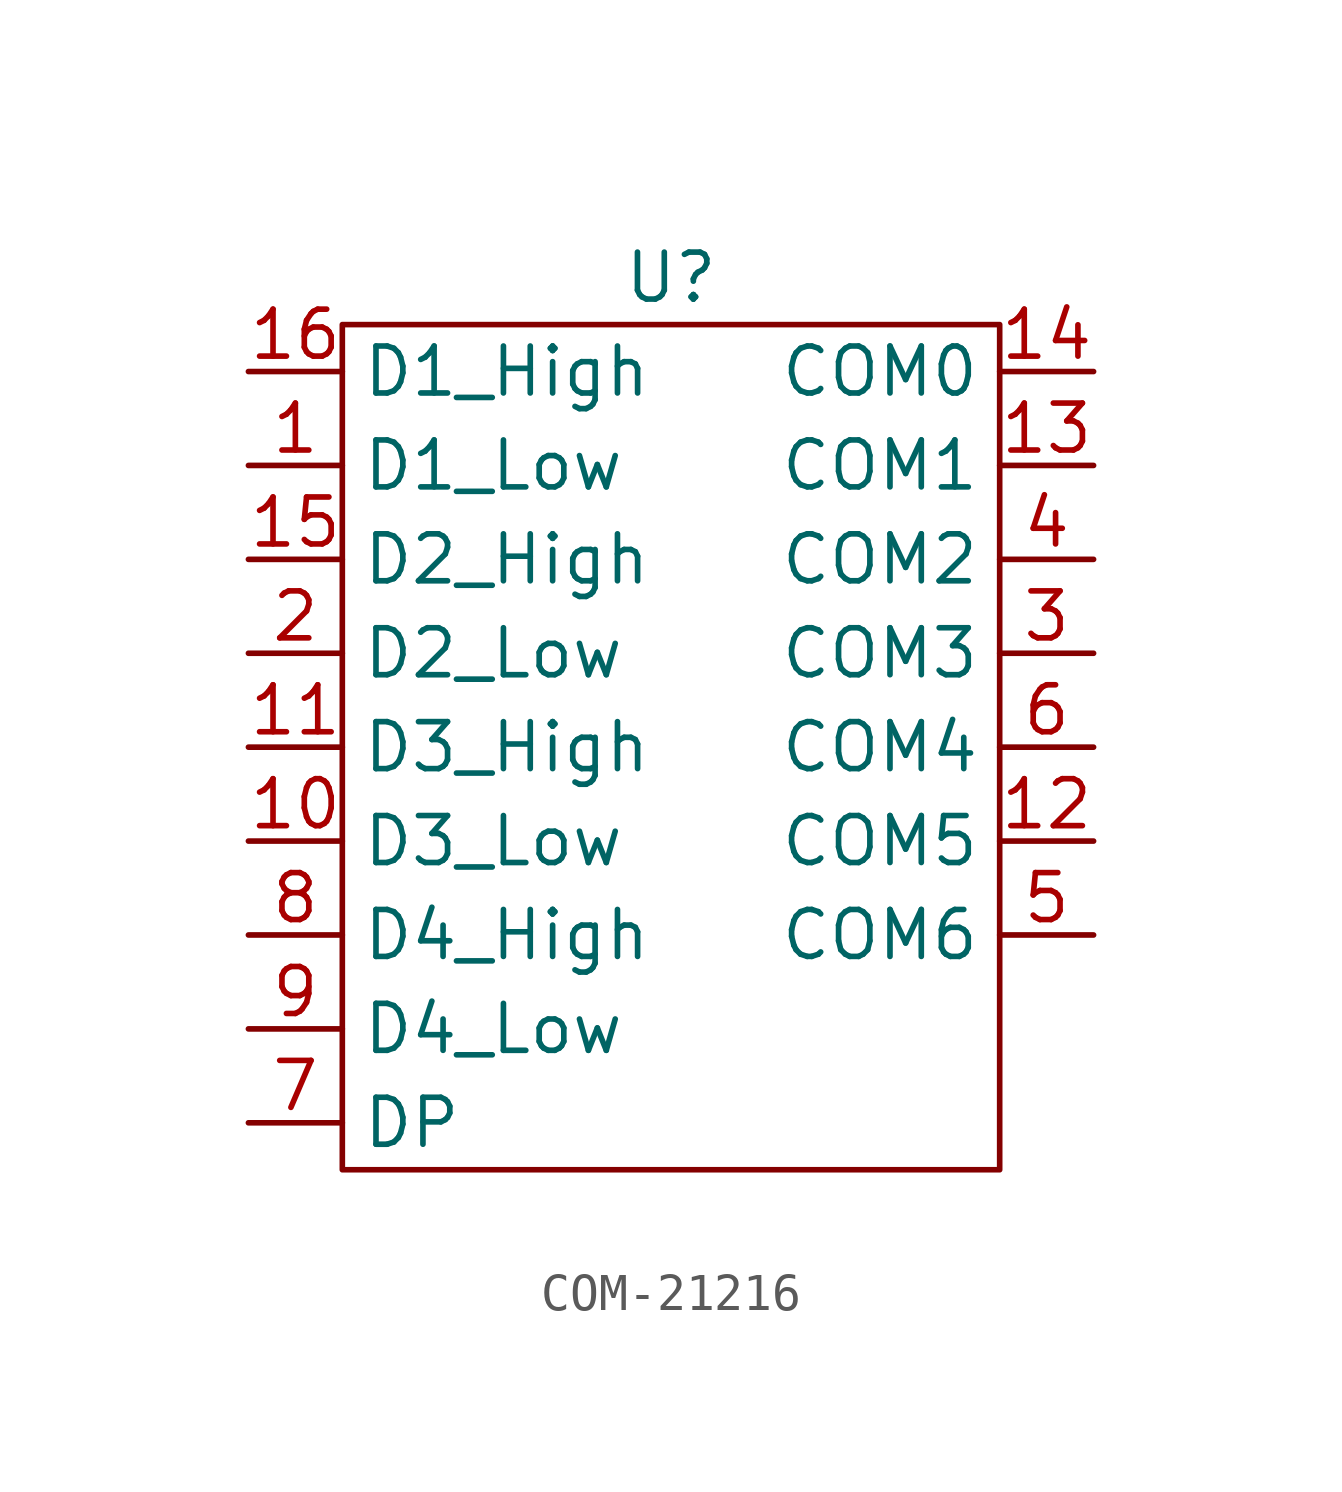
<source format=kicad_sym>
(kicad_symbol_lib
  (version 20220914)
  (generator kicad_symbol_editor)
  (symbol "COM-21216"
    (property "Reference" "U"
      (at 0 11.43 0)
      (effects (font (size 1.27 1.27))))
    (property "Value" ""
      (at -3.81 -3.81 0)
      (effects (font (size 1.27 1.27))))
    (symbol "COM-21216_0_1"
      (rectangle (start -8.89 10.16) (end 8.89 -12.7) (stroke (width 0) (type default)) (fill (type none))))
    (symbol "COM-21216_1_1"
      (pin input line (at -11.43 6.35 0) (length 2.54) (name "D1_Low" (effects (font (size 1.27 1.27)))) (number "1" (effects (font (size 1.27 1.27)))))
      (pin input line (at -11.43 -3.81 0) (length 2.54) (name "D3_Low" (effects (font (size 1.27 1.27)))) (number "10" (effects (font (size 1.27 1.27)))))
      (pin input line (at -11.43 -1.27 0) (length 2.54) (name "D3_High" (effects (font (size 1.27 1.27)))) (number "11" (effects (font (size 1.27 1.27)))))
      (pin input line (at 11.43 -3.81 180) (length 2.54) (name "COM5" (effects (font (size 1.27 1.27)))) (number "12" (effects (font (size 1.27 1.27)))))
      (pin input line (at 11.43 6.35 180) (length 2.54) (name "COM1" (effects (font (size 1.27 1.27)))) (number "13" (effects (font (size 1.27 1.27)))))
      (pin input line (at 11.43 8.89 180) (length 2.54) (name "COM0" (effects (font (size 1.27 1.27)))) (number "14" (effects (font (size 1.27 1.27)))))
      (pin input line (at -11.43 3.81 0) (length 2.54) (name "D2_High" (effects (font (size 1.27 1.27)))) (number "15" (effects (font (size 1.27 1.27)))))
      (pin input line (at -11.43 8.89 0) (length 2.54) (name "D1_High" (effects (font (size 1.27 1.27)))) (number "16" (effects (font (size 1.27 1.27)))))
      (pin input line (at -11.43 1.27 0) (length 2.54) (name "D2_Low" (effects (font (size 1.27 1.27)))) (number "2" (effects (font (size 1.27 1.27)))))
      (pin input line (at 11.43 1.27 180) (length 2.54) (name "COM3" (effects (font (size 1.27 1.27)))) (number "3" (effects (font (size 1.27 1.27)))))
      (pin input line (at 11.43 3.81 180) (length 2.54) (name "COM2" (effects (font (size 1.27 1.27)))) (number "4" (effects (font (size 1.27 1.27)))))
      (pin input line (at 11.43 -6.35 180) (length 2.54) (name "COM6" (effects (font (size 1.27 1.27)))) (number "5" (effects (font (size 1.27 1.27)))))
      (pin input line (at 11.43 -1.27 180) (length 2.54) (name "COM4" (effects (font (size 1.27 1.27)))) (number "6" (effects (font (size 1.27 1.27)))))
      (pin input line (at -11.43 -11.43 0) (length 2.54) (name "DP" (effects (font (size 1.27 1.27)))) (number "7" (effects (font (size 1.27 1.27)))))
      (pin input line (at -11.43 -6.35 0) (length 2.54) (name "D4_High" (effects (font (size 1.27 1.27)))) (number "8" (effects (font (size 1.27 1.27)))))
      (pin input line (at -11.43 -8.89 0) (length 2.54) (name "D4_Low" (effects (font (size 1.27 1.27)))) (number "9" (effects (font (size 1.27 1.27))))))))
</source>
